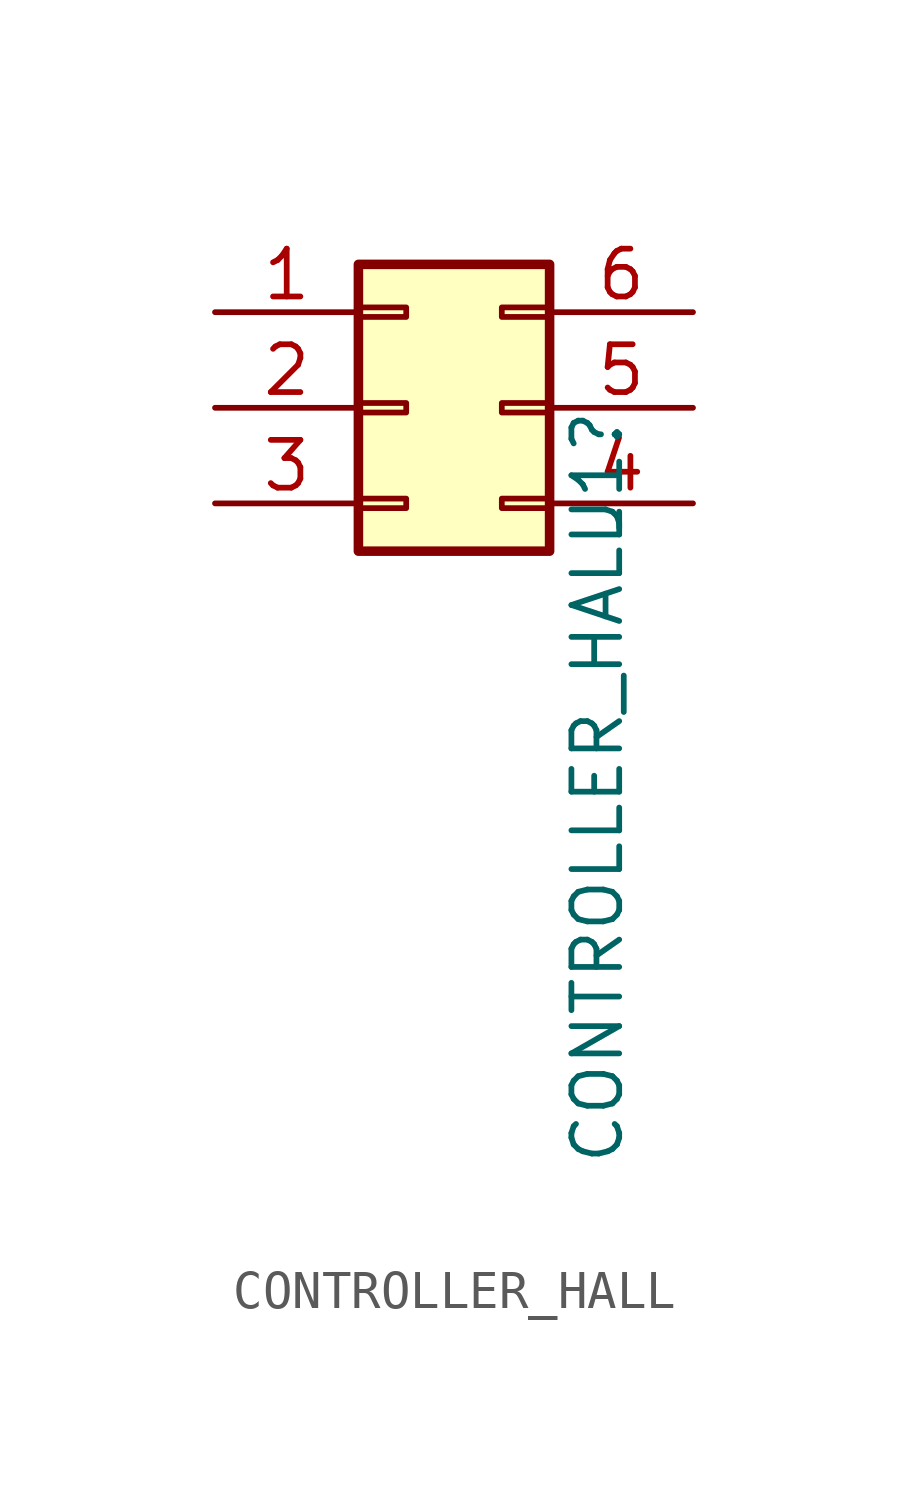
<source format=kicad_sym>
(kicad_symbol_lib
  (version 20211014)
  (generator kicad_symbol_editor)
  (symbol "CONTROLLER_HALL"
    (pin_names
      (offset 1.016) hide)
    (property "Reference" "J1"
      (at 5.08 0.0001 90)
      (effects (font (size 1.27 1.27)) (justify right)))
    (property "Value" "CONTROLLER_HALL"
      (at 5.08 -2.54 90)
      (effects (font (size 1.27 1.27)) (justify right)))
    (symbol "CONTROLLER_HALL_1_1"
      (rectangle (start -1.27 -2.413) (end 0 -2.667) (stroke (width 0.152) (type default) (color 0 0 0 0)) (fill (type none)))
      (rectangle (start -1.27 0.127) (end 0 -0.127) (stroke (width 0.152) (type default) (color 0 0 0 0)) (fill (type none)))
      (rectangle (start -1.27 2.667) (end 0 2.413) (stroke (width 0.152) (type default) (color 0 0 0 0)) (fill (type none)))
      (rectangle (start -1.27 3.81) (end 3.81 -3.81) (stroke (width 0.254) (type default) (color 0 0 0 0)) (fill (type background)))
      (rectangle (start 3.81 -2.413) (end 2.54 -2.667) (stroke (width 0.152) (type default) (color 0 0 0 0)) (fill (type none)))
      (rectangle (start 3.81 0.127) (end 2.54 -0.127) (stroke (width 0.152) (type default) (color 0 0 0 0)) (fill (type none)))
      (rectangle (start 3.81 2.667) (end 2.54 2.413) (stroke (width 0.152) (type default) (color 0 0 0 0)) (fill (type none)))
      (pin passive line (at -5.08 2.54 0) (length 3.81) (name "Pin_1" (effects (font (size 1.27 1.27)))) (number "1" (effects (font (size 1.27 1.27)))))
      (pin passive line (at -5.08 0 0) (length 3.81) (name "Pin_2" (effects (font (size 1.27 1.27)))) (number "2" (effects (font (size 1.27 1.27)))))
      (pin passive line (at -5.08 -2.54 0) (length 3.81) (name "Pin_3" (effects (font (size 1.27 1.27)))) (number "3" (effects (font (size 1.27 1.27)))))
      (pin passive line (at 7.62 -2.54 180) (length 3.81) (name "Pin_4" (effects (font (size 1.27 1.27)))) (number "4" (effects (font (size 1.27 1.27)))))
      (pin passive line (at 7.62 0 180) (length 3.81) (name "Pin_5" (effects (font (size 1.27 1.27)))) (number "5" (effects (font (size 1.27 1.27)))))
      (pin passive line (at 7.62 2.54 180) (length 3.81) (name "Pin_6" (effects (font (size 1.27 1.27)))) (number "6" (effects (font (size 1.27 1.27))))))))
</source>
